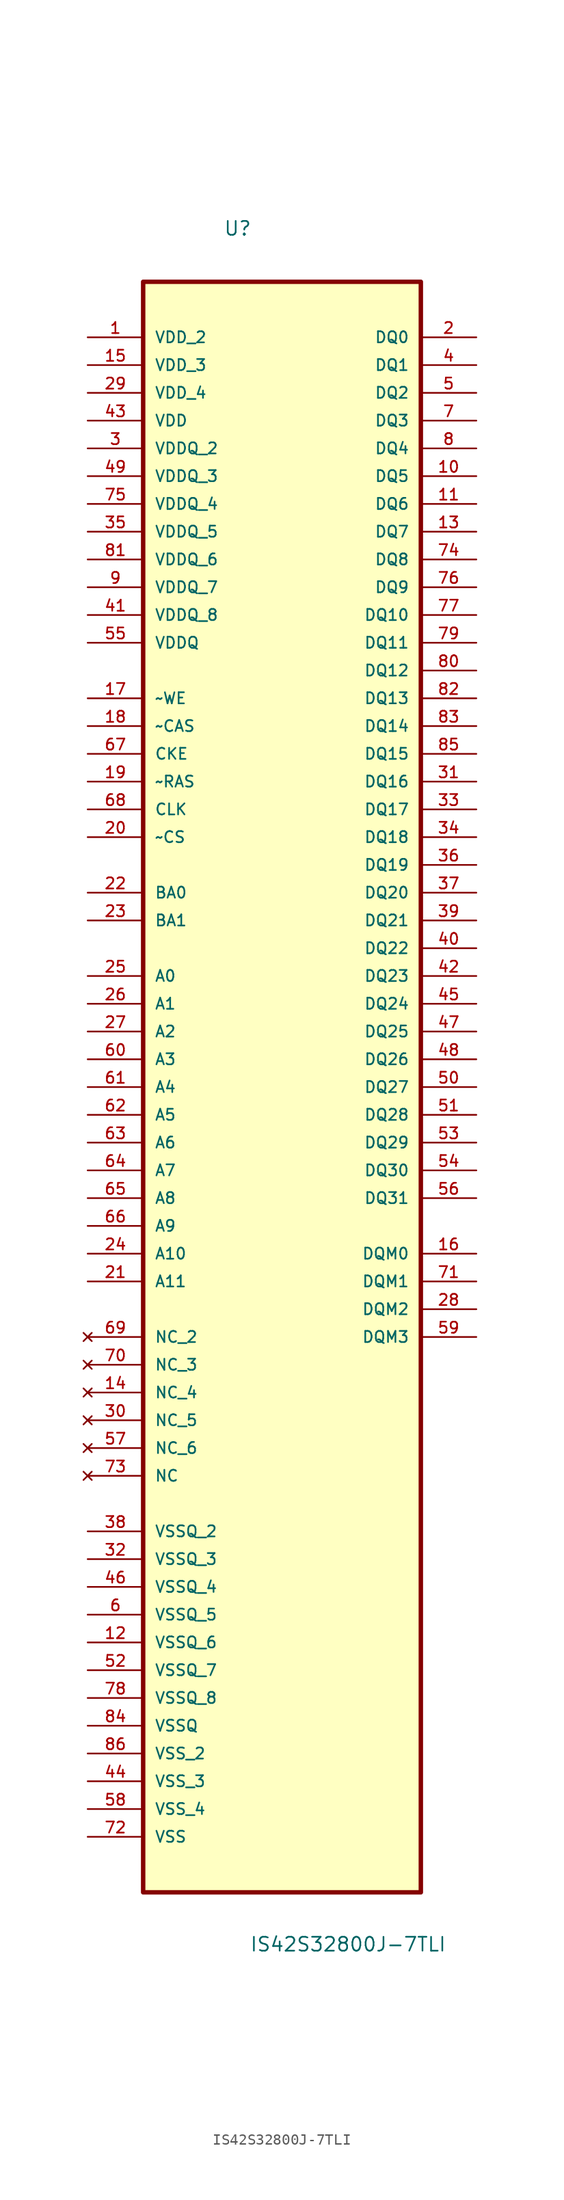
<source format=kicad_sym>
(kicad_symbol_lib
  (version 20211014)
  (generator kicad_symbol_editor)
  (symbol "IS42S32800J-7TLI"
    (pin_names
      (offset 1.016))
    (property "Reference" "U"
      (at -5.366 75.252 0.0)
      (effects (font (size 1.27 1.27)) (justify bottom left)))
    (property "Value" "IS42S32800J-7TLI"
      (at -2.974 -81.698 0.0)
      (effects (font (size 1.27 1.27)) (justify bottom left)))
    (symbol "IS42S32800J-7TLI_0_0"
      (rectangle (start -12.7 -76.2) (end 12.7 71.12) (stroke (width 0.406)) (fill (type background)))
      (pin power_in line (at -17.78 66.04 0) (length 5.08) (name "VDD_2" (effects (font (size 1.016 1.016)))) (number "1" (effects (font (size 1.016 1.016)))))
      (pin power_in line (at -17.78 63.5 0) (length 5.08) (name "VDD_3" (effects (font (size 1.016 1.016)))) (number "15" (effects (font (size 1.016 1.016)))))
      (pin power_in line (at -17.78 60.96 0) (length 5.08) (name "VDD_4" (effects (font (size 1.016 1.016)))) (number "29" (effects (font (size 1.016 1.016)))))
      (pin power_in line (at -17.78 58.42 0) (length 5.08) (name "VDD" (effects (font (size 1.016 1.016)))) (number "43" (effects (font (size 1.016 1.016)))))
      (pin power_in line (at -17.78 55.88 0) (length 5.08) (name "VDDQ_2" (effects (font (size 1.016 1.016)))) (number "3" (effects (font (size 1.016 1.016)))))
      (pin power_in line (at -17.78 53.34 0) (length 5.08) (name "VDDQ_3" (effects (font (size 1.016 1.016)))) (number "49" (effects (font (size 1.016 1.016)))))
      (pin power_in line (at -17.78 50.8 0) (length 5.08) (name "VDDQ_4" (effects (font (size 1.016 1.016)))) (number "75" (effects (font (size 1.016 1.016)))))
      (pin power_in line (at -17.78 48.26 0) (length 5.08) (name "VDDQ_5" (effects (font (size 1.016 1.016)))) (number "35" (effects (font (size 1.016 1.016)))))
      (pin power_in line (at -17.78 45.72 0) (length 5.08) (name "VDDQ_6" (effects (font (size 1.016 1.016)))) (number "81" (effects (font (size 1.016 1.016)))))
      (pin power_in line (at -17.78 43.18 0) (length 5.08) (name "VDDQ_7" (effects (font (size 1.016 1.016)))) (number "9" (effects (font (size 1.016 1.016)))))
      (pin power_in line (at -17.78 40.64 0) (length 5.08) (name "VDDQ_8" (effects (font (size 1.016 1.016)))) (number "41" (effects (font (size 1.016 1.016)))))
      (pin power_in line (at -17.78 38.1 0) (length 5.08) (name "VDDQ" (effects (font (size 1.016 1.016)))) (number "55" (effects (font (size 1.016 1.016)))))
      (pin input line (at -17.78 33.02 0) (length 5.08) (name "~WE" (effects (font (size 1.016 1.016)))) (number "17" (effects (font (size 1.016 1.016)))))
      (pin input line (at -17.78 30.48 0) (length 5.08) (name "~CAS" (effects (font (size 1.016 1.016)))) (number "18" (effects (font (size 1.016 1.016)))))
      (pin input line (at -17.78 27.94 0) (length 5.08) (name "CKE" (effects (font (size 1.016 1.016)))) (number "67" (effects (font (size 1.016 1.016)))))
      (pin input line (at -17.78 25.4 0) (length 5.08) (name "~RAS" (effects (font (size 1.016 1.016)))) (number "19" (effects (font (size 1.016 1.016)))))
      (pin input line (at -17.78 22.86 0) (length 5.08) (name "CLK" (effects (font (size 1.016 1.016)))) (number "68" (effects (font (size 1.016 1.016)))))
      (pin input line (at -17.78 20.32 0) (length 5.08) (name "~CS" (effects (font (size 1.016 1.016)))) (number "20" (effects (font (size 1.016 1.016)))))
      (pin input line (at -17.78 15.24 0) (length 5.08) (name "BA0" (effects (font (size 1.016 1.016)))) (number "22" (effects (font (size 1.016 1.016)))))
      (pin input line (at -17.78 12.7 0) (length 5.08) (name "BA1" (effects (font (size 1.016 1.016)))) (number "23" (effects (font (size 1.016 1.016)))))
      (pin input line (at -17.78 7.62 0) (length 5.08) (name "A0" (effects (font (size 1.016 1.016)))) (number "25" (effects (font (size 1.016 1.016)))))
      (pin input line (at -17.78 5.08 0) (length 5.08) (name "A1" (effects (font (size 1.016 1.016)))) (number "26" (effects (font (size 1.016 1.016)))))
      (pin input line (at -17.78 2.54 0) (length 5.08) (name "A2" (effects (font (size 1.016 1.016)))) (number "27" (effects (font (size 1.016 1.016)))))
      (pin input line (at -17.78 0.0 0) (length 5.08) (name "A3" (effects (font (size 1.016 1.016)))) (number "60" (effects (font (size 1.016 1.016)))))
      (pin input line (at -17.78 -2.54 0) (length 5.08) (name "A4" (effects (font (size 1.016 1.016)))) (number "61" (effects (font (size 1.016 1.016)))))
      (pin input line (at -17.78 -5.08 0) (length 5.08) (name "A5" (effects (font (size 1.016 1.016)))) (number "62" (effects (font (size 1.016 1.016)))))
      (pin input line (at -17.78 -7.62 0) (length 5.08) (name "A6" (effects (font (size 1.016 1.016)))) (number "63" (effects (font (size 1.016 1.016)))))
      (pin input line (at -17.78 -10.16 0) (length 5.08) (name "A7" (effects (font (size 1.016 1.016)))) (number "64" (effects (font (size 1.016 1.016)))))
      (pin input line (at -17.78 -12.7 0) (length 5.08) (name "A8" (effects (font (size 1.016 1.016)))) (number "65" (effects (font (size 1.016 1.016)))))
      (pin input line (at -17.78 -15.24 0) (length 5.08) (name "A9" (effects (font (size 1.016 1.016)))) (number "66" (effects (font (size 1.016 1.016)))))
      (pin input line (at -17.78 -17.78 0) (length 5.08) (name "A10" (effects (font (size 1.016 1.016)))) (number "24" (effects (font (size 1.016 1.016)))))
      (pin input line (at -17.78 -20.32 0) (length 5.08) (name "A11" (effects (font (size 1.016 1.016)))) (number "21" (effects (font (size 1.016 1.016)))))
      (pin no_connect line (at -17.78 -25.4 0) (length 5.08) (name "NC_2" (effects (font (size 1.016 1.016)))) (number "69" (effects (font (size 1.016 1.016)))))
      (pin no_connect line (at -17.78 -27.94 0) (length 5.08) (name "NC_3" (effects (font (size 1.016 1.016)))) (number "70" (effects (font (size 1.016 1.016)))))
      (pin no_connect line (at -17.78 -30.48 0) (length 5.08) (name "NC_4" (effects (font (size 1.016 1.016)))) (number "14" (effects (font (size 1.016 1.016)))))
      (pin no_connect line (at -17.78 -33.02 0) (length 5.08) (name "NC_5" (effects (font (size 1.016 1.016)))) (number "30" (effects (font (size 1.016 1.016)))))
      (pin no_connect line (at -17.78 -35.56 0) (length 5.08) (name "NC_6" (effects (font (size 1.016 1.016)))) (number "57" (effects (font (size 1.016 1.016)))))
      (pin no_connect line (at -17.78 -38.1 0) (length 5.08) (name "NC" (effects (font (size 1.016 1.016)))) (number "73" (effects (font (size 1.016 1.016)))))
      (pin power_in line (at -17.78 -43.18 0) (length 5.08) (name "VSSQ_2" (effects (font (size 1.016 1.016)))) (number "38" (effects (font (size 1.016 1.016)))))
      (pin power_in line (at -17.78 -45.72 0) (length 5.08) (name "VSSQ_3" (effects (font (size 1.016 1.016)))) (number "32" (effects (font (size 1.016 1.016)))))
      (pin power_in line (at -17.78 -48.26 0) (length 5.08) (name "VSSQ_4" (effects (font (size 1.016 1.016)))) (number "46" (effects (font (size 1.016 1.016)))))
      (pin power_in line (at -17.78 -50.8 0) (length 5.08) (name "VSSQ_5" (effects (font (size 1.016 1.016)))) (number "6" (effects (font (size 1.016 1.016)))))
      (pin power_in line (at -17.78 -53.34 0) (length 5.08) (name "VSSQ_6" (effects (font (size 1.016 1.016)))) (number "12" (effects (font (size 1.016 1.016)))))
      (pin power_in line (at -17.78 -55.88 0) (length 5.08) (name "VSSQ_7" (effects (font (size 1.016 1.016)))) (number "52" (effects (font (size 1.016 1.016)))))
      (pin power_in line (at -17.78 -58.42 0) (length 5.08) (name "VSSQ_8" (effects (font (size 1.016 1.016)))) (number "78" (effects (font (size 1.016 1.016)))))
      (pin power_in line (at -17.78 -60.96 0) (length 5.08) (name "VSSQ" (effects (font (size 1.016 1.016)))) (number "84" (effects (font (size 1.016 1.016)))))
      (pin power_in line (at -17.78 -63.5 0) (length 5.08) (name "VSS_2" (effects (font (size 1.016 1.016)))) (number "86" (effects (font (size 1.016 1.016)))))
      (pin power_in line (at -17.78 -66.04 0) (length 5.08) (name "VSS_3" (effects (font (size 1.016 1.016)))) (number "44" (effects (font (size 1.016 1.016)))))
      (pin power_in line (at -17.78 -68.58 0) (length 5.08) (name "VSS_4" (effects (font (size 1.016 1.016)))) (number "58" (effects (font (size 1.016 1.016)))))
      (pin power_in line (at -17.78 -71.12 0) (length 5.08) (name "VSS" (effects (font (size 1.016 1.016)))) (number "72" (effects (font (size 1.016 1.016)))))
      (pin bidirectional line (at 17.78 66.04 180.0) (length 5.08) (name "DQ0" (effects (font (size 1.016 1.016)))) (number "2" (effects (font (size 1.016 1.016)))))
      (pin bidirectional line (at 17.78 63.5 180.0) (length 5.08) (name "DQ1" (effects (font (size 1.016 1.016)))) (number "4" (effects (font (size 1.016 1.016)))))
      (pin bidirectional line (at 17.78 60.96 180.0) (length 5.08) (name "DQ2" (effects (font (size 1.016 1.016)))) (number "5" (effects (font (size 1.016 1.016)))))
      (pin bidirectional line (at 17.78 58.42 180.0) (length 5.08) (name "DQ3" (effects (font (size 1.016 1.016)))) (number "7" (effects (font (size 1.016 1.016)))))
      (pin bidirectional line (at 17.78 55.88 180.0) (length 5.08) (name "DQ4" (effects (font (size 1.016 1.016)))) (number "8" (effects (font (size 1.016 1.016)))))
      (pin bidirectional line (at 17.78 53.34 180.0) (length 5.08) (name "DQ5" (effects (font (size 1.016 1.016)))) (number "10" (effects (font (size 1.016 1.016)))))
      (pin bidirectional line (at 17.78 50.8 180.0) (length 5.08) (name "DQ6" (effects (font (size 1.016 1.016)))) (number "11" (effects (font (size 1.016 1.016)))))
      (pin bidirectional line (at 17.78 48.26 180.0) (length 5.08) (name "DQ7" (effects (font (size 1.016 1.016)))) (number "13" (effects (font (size 1.016 1.016)))))
      (pin bidirectional line (at 17.78 45.72 180.0) (length 5.08) (name "DQ8" (effects (font (size 1.016 1.016)))) (number "74" (effects (font (size 1.016 1.016)))))
      (pin bidirectional line (at 17.78 43.18 180.0) (length 5.08) (name "DQ9" (effects (font (size 1.016 1.016)))) (number "76" (effects (font (size 1.016 1.016)))))
      (pin bidirectional line (at 17.78 40.64 180.0) (length 5.08) (name "DQ10" (effects (font (size 1.016 1.016)))) (number "77" (effects (font (size 1.016 1.016)))))
      (pin bidirectional line (at 17.78 38.1 180.0) (length 5.08) (name "DQ11" (effects (font (size 1.016 1.016)))) (number "79" (effects (font (size 1.016 1.016)))))
      (pin bidirectional line (at 17.78 35.56 180.0) (length 5.08) (name "DQ12" (effects (font (size 1.016 1.016)))) (number "80" (effects (font (size 1.016 1.016)))))
      (pin bidirectional line (at 17.78 33.02 180.0) (length 5.08) (name "DQ13" (effects (font (size 1.016 1.016)))) (number "82" (effects (font (size 1.016 1.016)))))
      (pin bidirectional line (at 17.78 30.48 180.0) (length 5.08) (name "DQ14" (effects (font (size 1.016 1.016)))) (number "83" (effects (font (size 1.016 1.016)))))
      (pin bidirectional line (at 17.78 27.94 180.0) (length 5.08) (name "DQ15" (effects (font (size 1.016 1.016)))) (number "85" (effects (font (size 1.016 1.016)))))
      (pin bidirectional line (at 17.78 25.4 180.0) (length 5.08) (name "DQ16" (effects (font (size 1.016 1.016)))) (number "31" (effects (font (size 1.016 1.016)))))
      (pin bidirectional line (at 17.78 22.86 180.0) (length 5.08) (name "DQ17" (effects (font (size 1.016 1.016)))) (number "33" (effects (font (size 1.016 1.016)))))
      (pin bidirectional line (at 17.78 20.32 180.0) (length 5.08) (name "DQ18" (effects (font (size 1.016 1.016)))) (number "34" (effects (font (size 1.016 1.016)))))
      (pin bidirectional line (at 17.78 17.78 180.0) (length 5.08) (name "DQ19" (effects (font (size 1.016 1.016)))) (number "36" (effects (font (size 1.016 1.016)))))
      (pin bidirectional line (at 17.78 15.24 180.0) (length 5.08) (name "DQ20" (effects (font (size 1.016 1.016)))) (number "37" (effects (font (size 1.016 1.016)))))
      (pin bidirectional line (at 17.78 12.7 180.0) (length 5.08) (name "DQ21" (effects (font (size 1.016 1.016)))) (number "39" (effects (font (size 1.016 1.016)))))
      (pin bidirectional line (at 17.78 10.16 180.0) (length 5.08) (name "DQ22" (effects (font (size 1.016 1.016)))) (number "40" (effects (font (size 1.016 1.016)))))
      (pin bidirectional line (at 17.78 7.62 180.0) (length 5.08) (name "DQ23" (effects (font (size 1.016 1.016)))) (number "42" (effects (font (size 1.016 1.016)))))
      (pin bidirectional line (at 17.78 5.08 180.0) (length 5.08) (name "DQ24" (effects (font (size 1.016 1.016)))) (number "45" (effects (font (size 1.016 1.016)))))
      (pin bidirectional line (at 17.78 2.54 180.0) (length 5.08) (name "DQ25" (effects (font (size 1.016 1.016)))) (number "47" (effects (font (size 1.016 1.016)))))
      (pin bidirectional line (at 17.78 0.0 180.0) (length 5.08) (name "DQ26" (effects (font (size 1.016 1.016)))) (number "48" (effects (font (size 1.016 1.016)))))
      (pin bidirectional line (at 17.78 -2.54 180.0) (length 5.08) (name "DQ27" (effects (font (size 1.016 1.016)))) (number "50" (effects (font (size 1.016 1.016)))))
      (pin bidirectional line (at 17.78 -5.08 180.0) (length 5.08) (name "DQ28" (effects (font (size 1.016 1.016)))) (number "51" (effects (font (size 1.016 1.016)))))
      (pin bidirectional line (at 17.78 -7.62 180.0) (length 5.08) (name "DQ29" (effects (font (size 1.016 1.016)))) (number "53" (effects (font (size 1.016 1.016)))))
      (pin bidirectional line (at 17.78 -10.16 180.0) (length 5.08) (name "DQ30" (effects (font (size 1.016 1.016)))) (number "54" (effects (font (size 1.016 1.016)))))
      (pin bidirectional line (at 17.78 -12.7 180.0) (length 5.08) (name "DQ31" (effects (font (size 1.016 1.016)))) (number "56" (effects (font (size 1.016 1.016)))))
      (pin bidirectional line (at 17.78 -17.78 180.0) (length 5.08) (name "DQM0" (effects (font (size 1.016 1.016)))) (number "16" (effects (font (size 1.016 1.016)))))
      (pin bidirectional line (at 17.78 -20.32 180.0) (length 5.08) (name "DQM1" (effects (font (size 1.016 1.016)))) (number "71" (effects (font (size 1.016 1.016)))))
      (pin bidirectional line (at 17.78 -22.86 180.0) (length 5.08) (name "DQM2" (effects (font (size 1.016 1.016)))) (number "28" (effects (font (size 1.016 1.016)))))
      (pin bidirectional line (at 17.78 -25.4 180.0) (length 5.08) (name "DQM3" (effects (font (size 1.016 1.016)))) (number "59" (effects (font (size 1.016 1.016))))))))
</source>
